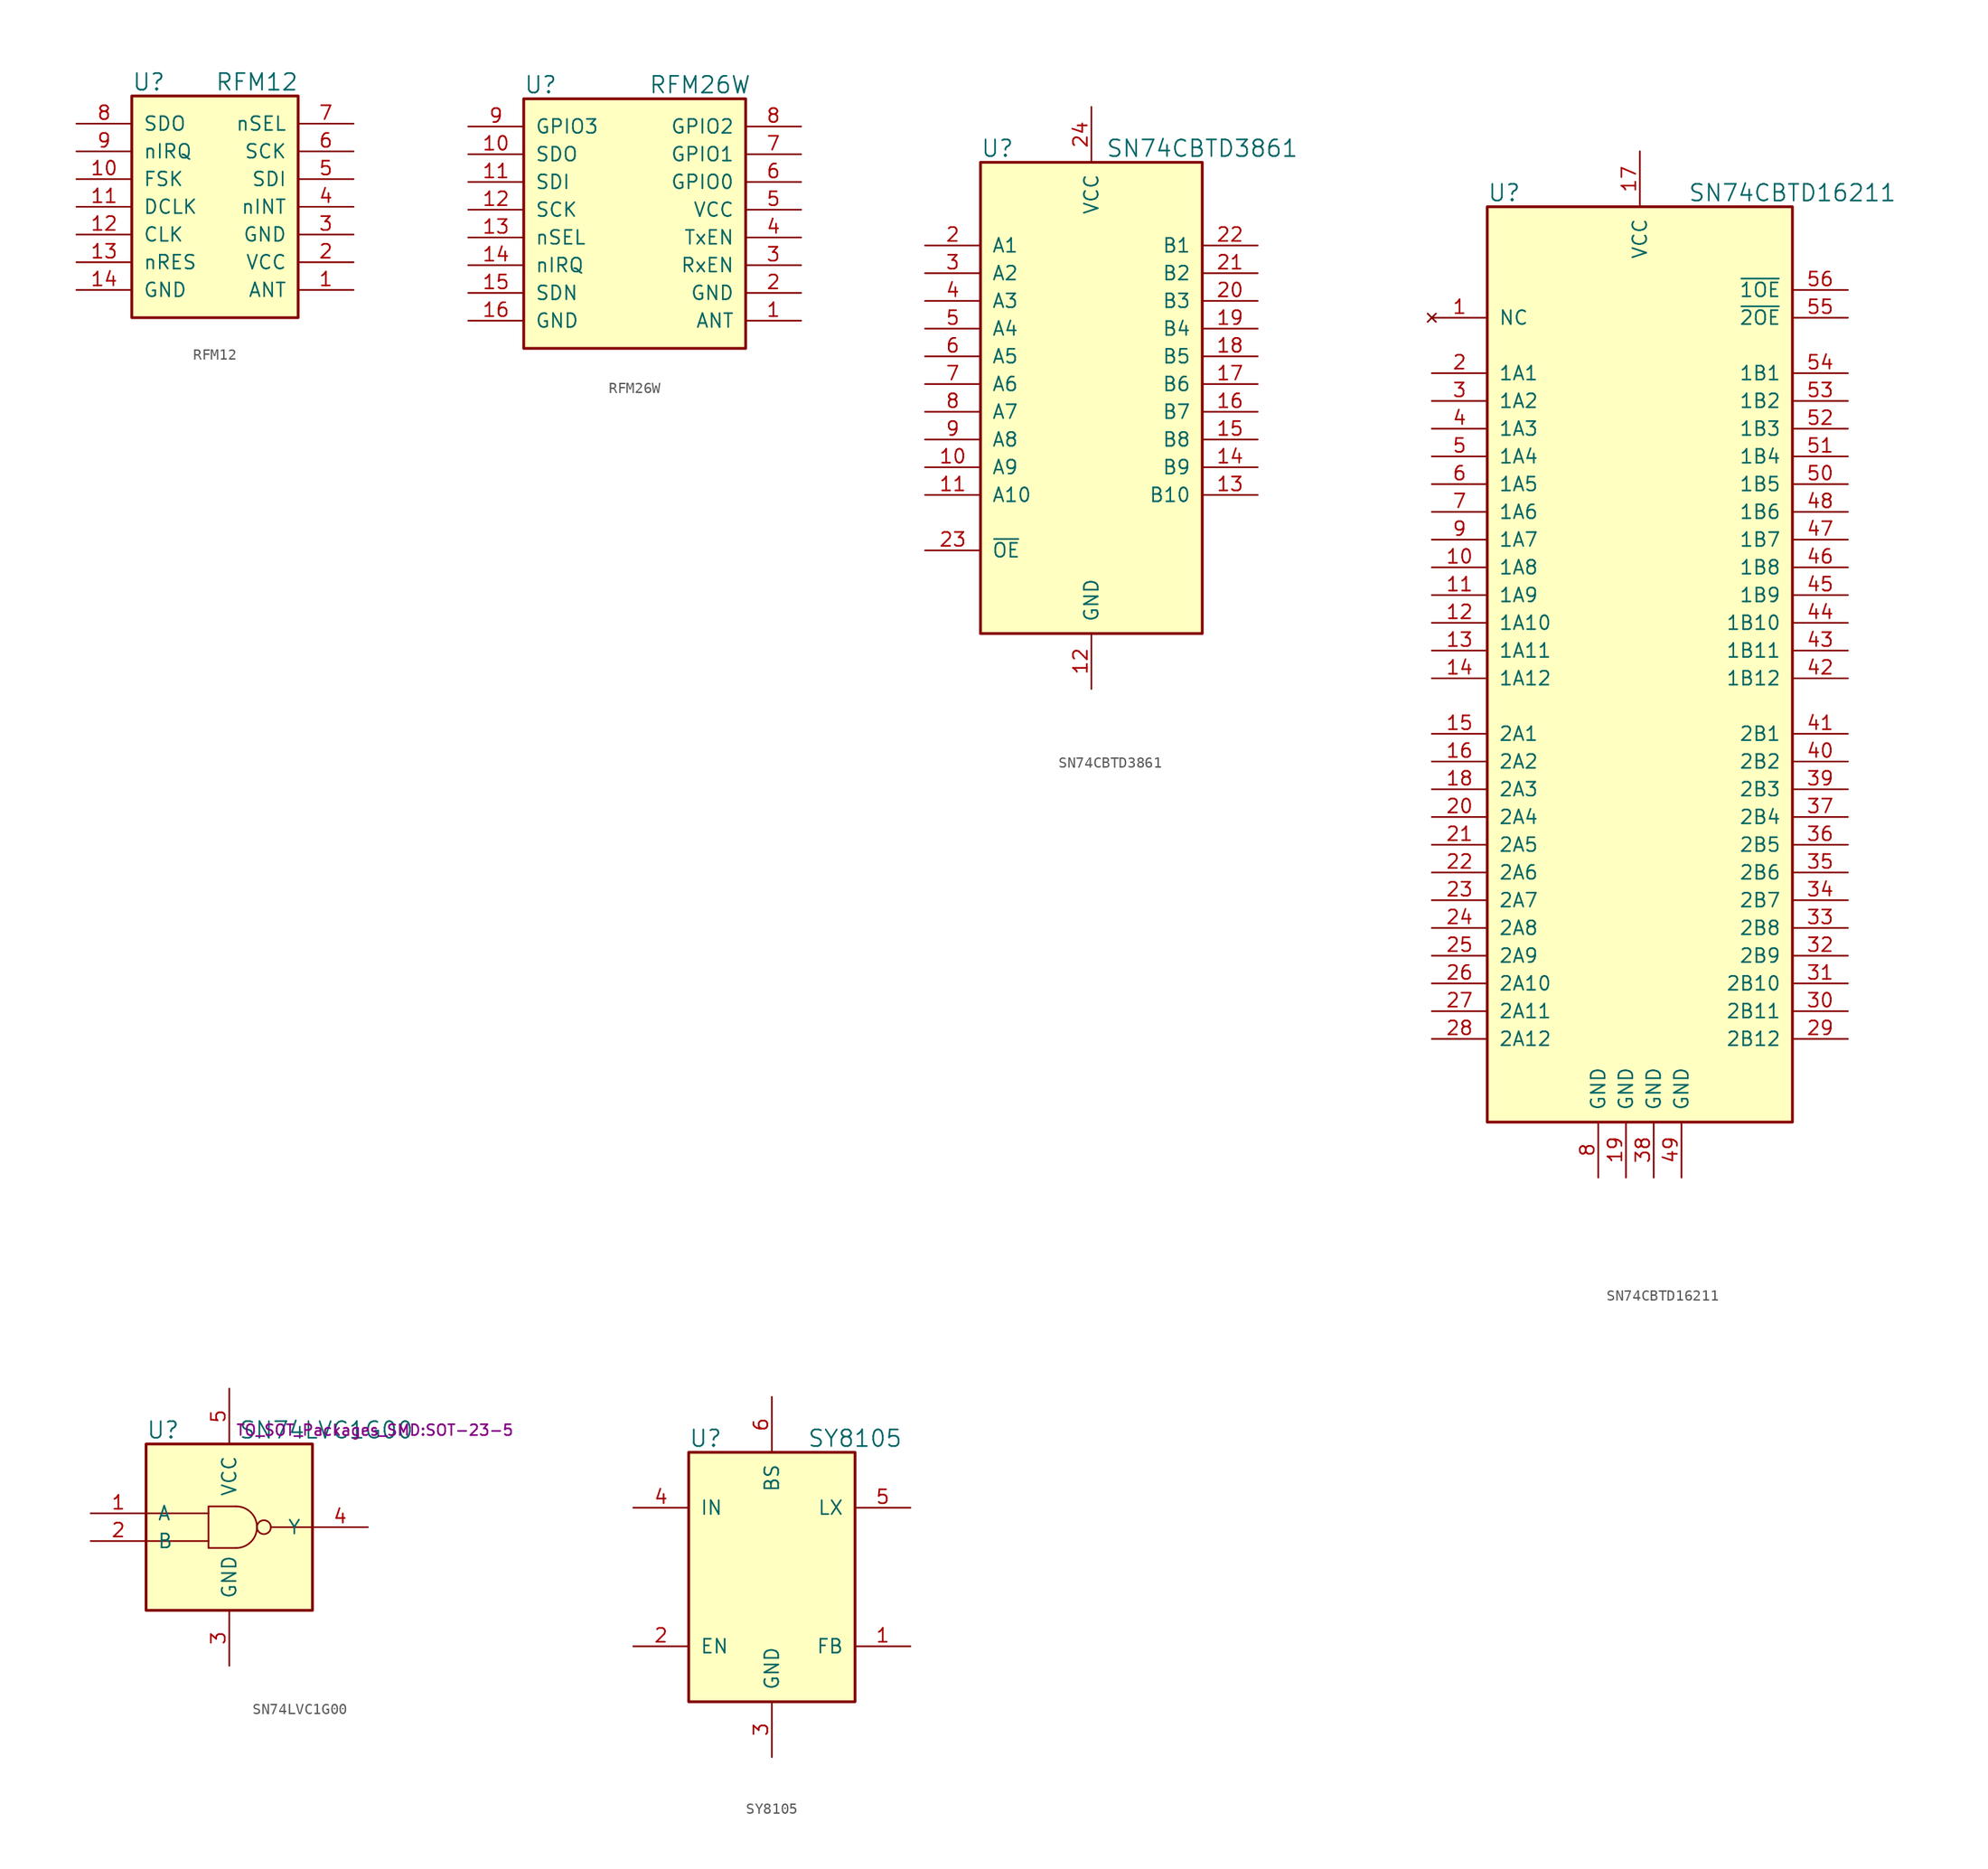
<source format=kicad_sym>
(kicad_symbol_lib
  (version 20211014)
  (generator kicad_symbol_editor)
  (symbol "RFM12"
    (pin_names
      (offset 1.016))
    (property "Reference" "U"
      (at -7.62 11.43 0)
      (effects (font (size 1.524 1.524)) (justify left)))
    (property "Value" "RFM12"
      (at 0 11.43 0)
      (effects (font (size 1.524 1.524)) (justify left)))
    (property "Footprint" ""
      (at -12.7 7.62 0)
      (effects (font (size 1.524 1.524))))
    (property "Datasheet" ""
      (at -12.7 7.62 0)
      (effects (font (size 1.524 1.524))))
    (property "ki_locked" ""
      (at 0 0 0)
      (effects (font (size 1.27 1.27))))
    (symbol "RFM12_1_1"
      (rectangle (start -7.62 10.16) (end 7.62 -10.16) (stroke (width 0.254) (type default) (color 0 0 0 0)) (fill (type background)))
      (pin bidirectional line (at 12.7 -7.62 180) (length 5.08) (name "ANT" (effects (font (size 1.27 1.27)))) (number "1" (effects (font (size 1.27 1.27)))))
      (pin bidirectional line (at -12.7 2.54 0) (length 5.08) (name "FSK" (effects (font (size 1.27 1.27)))) (number "10" (effects (font (size 1.27 1.27)))))
      (pin bidirectional line (at -12.7 0 0) (length 5.08) (name "DCLK" (effects (font (size 1.27 1.27)))) (number "11" (effects (font (size 1.27 1.27)))))
      (pin bidirectional line (at -12.7 -2.54 0) (length 5.08) (name "CLK" (effects (font (size 1.27 1.27)))) (number "12" (effects (font (size 1.27 1.27)))))
      (pin bidirectional line (at -12.7 -5.08 0) (length 5.08) (name "nRES" (effects (font (size 1.27 1.27)))) (number "13" (effects (font (size 1.27 1.27)))))
      (pin power_in line (at -12.7 -7.62 0) (length 5.08) (name "GND" (effects (font (size 1.27 1.27)))) (number "14" (effects (font (size 1.27 1.27)))))
      (pin power_in line (at 12.7 -5.08 180) (length 5.08) (name "VCC" (effects (font (size 1.27 1.27)))) (number "2" (effects (font (size 1.27 1.27)))))
      (pin power_in line (at 12.7 -2.54 180) (length 5.08) (name "GND" (effects (font (size 1.27 1.27)))) (number "3" (effects (font (size 1.27 1.27)))))
      (pin bidirectional line (at 12.7 0 180) (length 5.08) (name "nINT" (effects (font (size 1.27 1.27)))) (number "4" (effects (font (size 1.27 1.27)))))
      (pin bidirectional line (at 12.7 2.54 180) (length 5.08) (name "SDI" (effects (font (size 1.27 1.27)))) (number "5" (effects (font (size 1.27 1.27)))))
      (pin bidirectional line (at 12.7 5.08 180) (length 5.08) (name "SCK" (effects (font (size 1.27 1.27)))) (number "6" (effects (font (size 1.27 1.27)))))
      (pin bidirectional line (at 12.7 7.62 180) (length 5.08) (name "nSEL" (effects (font (size 1.27 1.27)))) (number "7" (effects (font (size 1.27 1.27)))))
      (pin bidirectional line (at -12.7 7.62 0) (length 5.08) (name "SDO" (effects (font (size 1.27 1.27)))) (number "8" (effects (font (size 1.27 1.27)))))
      (pin bidirectional line (at -12.7 5.08 0) (length 5.08) (name "nIRQ" (effects (font (size 1.27 1.27)))) (number "9" (effects (font (size 1.27 1.27)))))))
  (symbol "RFM26W"
    (pin_names
      (offset 1.016))
    (property "Reference" "U"
      (at -10.16 12.7 0)
      (effects (font (size 1.524 1.524)) (justify left)))
    (property "Value" "RFM26W"
      (at 1.27 12.7 0)
      (effects (font (size 1.524 1.524)) (justify left)))
    (property "Footprint" ""
      (at -15.24 8.89 0)
      (effects (font (size 1.524 1.524))))
    (property "Datasheet" ""
      (at -15.24 8.89 0)
      (effects (font (size 1.524 1.524))))
    (property "ki_locked" ""
      (at 0 0 0)
      (effects (font (size 1.27 1.27))))
    (symbol "RFM26W_1_1"
      (rectangle (start -10.16 11.43) (end 10.16 -11.43) (stroke (width 0.254) (type default) (color 0 0 0 0)) (fill (type background)))
      (pin bidirectional line (at 15.24 -8.89 180) (length 5.08) (name "ANT" (effects (font (size 1.27 1.27)))) (number "1" (effects (font (size 1.27 1.27)))))
      (pin bidirectional line (at -15.24 6.35 0) (length 5.08) (name "SDO" (effects (font (size 1.27 1.27)))) (number "10" (effects (font (size 1.27 1.27)))))
      (pin bidirectional line (at -15.24 3.81 0) (length 5.08) (name "SDI" (effects (font (size 1.27 1.27)))) (number "11" (effects (font (size 1.27 1.27)))))
      (pin bidirectional line (at -15.24 1.27 0) (length 5.08) (name "SCK" (effects (font (size 1.27 1.27)))) (number "12" (effects (font (size 1.27 1.27)))))
      (pin bidirectional line (at -15.24 -1.27 0) (length 5.08) (name "nSEL" (effects (font (size 1.27 1.27)))) (number "13" (effects (font (size 1.27 1.27)))))
      (pin bidirectional line (at -15.24 -3.81 0) (length 5.08) (name "nIRQ" (effects (font (size 1.27 1.27)))) (number "14" (effects (font (size 1.27 1.27)))))
      (pin bidirectional line (at -15.24 -6.35 0) (length 5.08) (name "SDN" (effects (font (size 1.27 1.27)))) (number "15" (effects (font (size 1.27 1.27)))))
      (pin power_in line (at -15.24 -8.89 0) (length 5.08) (name "GND" (effects (font (size 1.27 1.27)))) (number "16" (effects (font (size 1.27 1.27)))))
      (pin bidirectional line (at 15.24 -6.35 180) (length 5.08) (name "GND" (effects (font (size 1.27 1.27)))) (number "2" (effects (font (size 1.27 1.27)))))
      (pin bidirectional line (at 15.24 -3.81 180) (length 5.08) (name "RxEN" (effects (font (size 1.27 1.27)))) (number "3" (effects (font (size 1.27 1.27)))))
      (pin bidirectional line (at 15.24 -1.27 180) (length 5.08) (name "TxEN" (effects (font (size 1.27 1.27)))) (number "4" (effects (font (size 1.27 1.27)))))
      (pin power_in line (at 15.24 1.27 180) (length 5.08) (name "VCC" (effects (font (size 1.27 1.27)))) (number "5" (effects (font (size 1.27 1.27)))))
      (pin bidirectional line (at 15.24 3.81 180) (length 5.08) (name "GPIO0" (effects (font (size 1.27 1.27)))) (number "6" (effects (font (size 1.27 1.27)))))
      (pin bidirectional line (at 15.24 6.35 180) (length 5.08) (name "GPIO1" (effects (font (size 1.27 1.27)))) (number "7" (effects (font (size 1.27 1.27)))))
      (pin bidirectional line (at 15.24 8.89 180) (length 5.08) (name "GPIO2" (effects (font (size 1.27 1.27)))) (number "8" (effects (font (size 1.27 1.27)))))
      (pin bidirectional line (at -15.24 8.89 0) (length 5.08) (name "GPIO3" (effects (font (size 1.27 1.27)))) (number "9" (effects (font (size 1.27 1.27)))))))
  (symbol "SN74CBTD3861"
    (pin_names
      (offset 1.016))
    (property "Reference" "U"
      (at -10.16 22.86 0)
      (effects (font (size 1.524 1.524)) (justify left)))
    (property "Value" "SN74CBTD3861"
      (at 10.16 22.86 0)
      (effects (font (size 1.524 1.524))))
    (symbol "SN74CBTD3861_1_1"
      (rectangle (start -10.16 21.59) (end 10.16 -21.59) (stroke (width 0.254) (type default) (color 0 0 0 0)) (fill (type background)))
      (pin no_connect line (at 15.24 -13.97 180) (length 5.08) hide (name "NC" (effects (font (size 1.27 1.27)))) (number "1" (effects (font (size 1.27 1.27)))))
      (pin bidirectional line (at -15.24 -6.35 0) (length 5.08) (name "A9" (effects (font (size 1.27 1.27)))) (number "10" (effects (font (size 1.27 1.27)))))
      (pin bidirectional line (at -15.24 -8.89 0) (length 5.08) (name "A10" (effects (font (size 1.27 1.27)))) (number "11" (effects (font (size 1.27 1.27)))))
      (pin power_in line (at 0 -26.67 90) (length 5.08) (name "GND" (effects (font (size 1.27 1.27)))) (number "12" (effects (font (size 1.27 1.27)))))
      (pin bidirectional line (at 15.24 -8.89 180) (length 5.08) (name "B10" (effects (font (size 1.27 1.27)))) (number "13" (effects (font (size 1.27 1.27)))))
      (pin bidirectional line (at 15.24 -6.35 180) (length 5.08) (name "B9" (effects (font (size 1.27 1.27)))) (number "14" (effects (font (size 1.27 1.27)))))
      (pin bidirectional line (at 15.24 -3.81 180) (length 5.08) (name "B8" (effects (font (size 1.27 1.27)))) (number "15" (effects (font (size 1.27 1.27)))))
      (pin bidirectional line (at 15.24 -1.27 180) (length 5.08) (name "B7" (effects (font (size 1.27 1.27)))) (number "16" (effects (font (size 1.27 1.27)))))
      (pin bidirectional line (at 15.24 1.27 180) (length 5.08) (name "B6" (effects (font (size 1.27 1.27)))) (number "17" (effects (font (size 1.27 1.27)))))
      (pin bidirectional line (at 15.24 3.81 180) (length 5.08) (name "B5" (effects (font (size 1.27 1.27)))) (number "18" (effects (font (size 1.27 1.27)))))
      (pin bidirectional line (at 15.24 6.35 180) (length 5.08) (name "B4" (effects (font (size 1.27 1.27)))) (number "19" (effects (font (size 1.27 1.27)))))
      (pin bidirectional line (at -15.24 13.97 0) (length 5.08) (name "A1" (effects (font (size 1.27 1.27)))) (number "2" (effects (font (size 1.27 1.27)))))
      (pin bidirectional line (at 15.24 8.89 180) (length 5.08) (name "B3" (effects (font (size 1.27 1.27)))) (number "20" (effects (font (size 1.27 1.27)))))
      (pin bidirectional line (at 15.24 11.43 180) (length 5.08) (name "B2" (effects (font (size 1.27 1.27)))) (number "21" (effects (font (size 1.27 1.27)))))
      (pin bidirectional line (at 15.24 13.97 180) (length 5.08) (name "B1" (effects (font (size 1.27 1.27)))) (number "22" (effects (font (size 1.27 1.27)))))
      (pin input line (at -15.24 -13.97 0) (length 5.08) (name "~{OE}" (effects (font (size 1.27 1.27)))) (number "23" (effects (font (size 1.27 1.27)))))
      (pin power_in line (at 0 26.67 270) (length 5.08) (name "VCC" (effects (font (size 1.27 1.27)))) (number "24" (effects (font (size 1.27 1.27)))))
      (pin bidirectional line (at -15.24 11.43 0) (length 5.08) (name "A2" (effects (font (size 1.27 1.27)))) (number "3" (effects (font (size 1.27 1.27)))))
      (pin bidirectional line (at -15.24 8.89 0) (length 5.08) (name "A3" (effects (font (size 1.27 1.27)))) (number "4" (effects (font (size 1.27 1.27)))))
      (pin bidirectional line (at -15.24 6.35 0) (length 5.08) (name "A4" (effects (font (size 1.27 1.27)))) (number "5" (effects (font (size 1.27 1.27)))))
      (pin bidirectional line (at -15.24 3.81 0) (length 5.08) (name "A5" (effects (font (size 1.27 1.27)))) (number "6" (effects (font (size 1.27 1.27)))))
      (pin bidirectional line (at -15.24 1.27 0) (length 5.08) (name "A6" (effects (font (size 1.27 1.27)))) (number "7" (effects (font (size 1.27 1.27)))))
      (pin bidirectional line (at -15.24 -1.27 0) (length 5.08) (name "A7" (effects (font (size 1.27 1.27)))) (number "8" (effects (font (size 1.27 1.27)))))
      (pin bidirectional line (at -15.24 -3.81 0) (length 5.08) (name "A8" (effects (font (size 1.27 1.27)))) (number "9" (effects (font (size 1.27 1.27)))))))
  (symbol "SN74CBTD16211"
    (pin_names
      (offset 1.016))
    (property "Reference" "U"
      (at -13.97 43.18 0)
      (effects (font (size 1.524 1.524)) (justify left)))
    (property "Value" "SN74CBTD16211"
      (at 13.97 43.18 0)
      (effects (font (size 1.524 1.524))))
    (symbol "SN74CBTD16211_1_1"
      (rectangle (start -13.97 41.91) (end 13.97 -41.91) (stroke (width 0.254) (type default) (color 0 0 0 0)) (fill (type background)))
      (pin no_connect line (at -19.05 31.75 0) (length 5.08) (name "NC" (effects (font (size 1.27 1.27)))) (number "1" (effects (font (size 1.27 1.27)))))
      (pin bidirectional line (at -19.05 8.89 0) (length 5.08) (name "1A8" (effects (font (size 1.27 1.27)))) (number "10" (effects (font (size 1.27 1.27)))))
      (pin bidirectional line (at -19.05 6.35 0) (length 5.08) (name "1A9" (effects (font (size 1.27 1.27)))) (number "11" (effects (font (size 1.27 1.27)))))
      (pin bidirectional line (at -19.05 3.81 0) (length 5.08) (name "1A10" (effects (font (size 1.27 1.27)))) (number "12" (effects (font (size 1.27 1.27)))))
      (pin bidirectional line (at -19.05 1.27 0) (length 5.08) (name "1A11" (effects (font (size 1.27 1.27)))) (number "13" (effects (font (size 1.27 1.27)))))
      (pin bidirectional line (at -19.05 -1.27 0) (length 5.08) (name "1A12" (effects (font (size 1.27 1.27)))) (number "14" (effects (font (size 1.27 1.27)))))
      (pin bidirectional line (at -19.05 -6.35 0) (length 5.08) (name "2A1" (effects (font (size 1.27 1.27)))) (number "15" (effects (font (size 1.27 1.27)))))
      (pin bidirectional line (at -19.05 -8.89 0) (length 5.08) (name "2A2" (effects (font (size 1.27 1.27)))) (number "16" (effects (font (size 1.27 1.27)))))
      (pin power_in line (at 0 46.99 270) (length 5.08) (name "VCC" (effects (font (size 1.27 1.27)))) (number "17" (effects (font (size 1.27 1.27)))))
      (pin bidirectional line (at -19.05 -11.43 0) (length 5.08) (name "2A3" (effects (font (size 1.27 1.27)))) (number "18" (effects (font (size 1.27 1.27)))))
      (pin power_in line (at -1.27 -46.99 90) (length 5.08) (name "GND" (effects (font (size 1.27 1.27)))) (number "19" (effects (font (size 1.27 1.27)))))
      (pin bidirectional line (at -19.05 26.67 0) (length 5.08) (name "1A1" (effects (font (size 1.27 1.27)))) (number "2" (effects (font (size 1.27 1.27)))))
      (pin bidirectional line (at -19.05 -13.97 0) (length 5.08) (name "2A4" (effects (font (size 1.27 1.27)))) (number "20" (effects (font (size 1.27 1.27)))))
      (pin bidirectional line (at -19.05 -16.51 0) (length 5.08) (name "2A5" (effects (font (size 1.27 1.27)))) (number "21" (effects (font (size 1.27 1.27)))))
      (pin bidirectional line (at -19.05 -19.05 0) (length 5.08) (name "2A6" (effects (font (size 1.27 1.27)))) (number "22" (effects (font (size 1.27 1.27)))))
      (pin bidirectional line (at -19.05 -21.59 0) (length 5.08) (name "2A7" (effects (font (size 1.27 1.27)))) (number "23" (effects (font (size 1.27 1.27)))))
      (pin bidirectional line (at -19.05 -24.13 0) (length 5.08) (name "2A8" (effects (font (size 1.27 1.27)))) (number "24" (effects (font (size 1.27 1.27)))))
      (pin bidirectional line (at -19.05 -26.67 0) (length 5.08) (name "2A9" (effects (font (size 1.27 1.27)))) (number "25" (effects (font (size 1.27 1.27)))))
      (pin bidirectional line (at -19.05 -29.21 0) (length 5.08) (name "2A10" (effects (font (size 1.27 1.27)))) (number "26" (effects (font (size 1.27 1.27)))))
      (pin bidirectional line (at -19.05 -31.75 0) (length 5.08) (name "2A11" (effects (font (size 1.27 1.27)))) (number "27" (effects (font (size 1.27 1.27)))))
      (pin bidirectional line (at -19.05 -34.29 0) (length 5.08) (name "2A12" (effects (font (size 1.27 1.27)))) (number "28" (effects (font (size 1.27 1.27)))))
      (pin bidirectional line (at 19.05 -34.29 180) (length 5.08) (name "2B12" (effects (font (size 1.27 1.27)))) (number "29" (effects (font (size 1.27 1.27)))))
      (pin bidirectional line (at -19.05 24.13 0) (length 5.08) (name "1A2" (effects (font (size 1.27 1.27)))) (number "3" (effects (font (size 1.27 1.27)))))
      (pin bidirectional line (at 19.05 -31.75 180) (length 5.08) (name "2B11" (effects (font (size 1.27 1.27)))) (number "30" (effects (font (size 1.27 1.27)))))
      (pin bidirectional line (at 19.05 -29.21 180) (length 5.08) (name "2B10" (effects (font (size 1.27 1.27)))) (number "31" (effects (font (size 1.27 1.27)))))
      (pin bidirectional line (at 19.05 -26.67 180) (length 5.08) (name "2B9" (effects (font (size 1.27 1.27)))) (number "32" (effects (font (size 1.27 1.27)))))
      (pin bidirectional line (at 19.05 -24.13 180) (length 5.08) (name "2B8" (effects (font (size 1.27 1.27)))) (number "33" (effects (font (size 1.27 1.27)))))
      (pin bidirectional line (at 19.05 -21.59 180) (length 5.08) (name "2B7" (effects (font (size 1.27 1.27)))) (number "34" (effects (font (size 1.27 1.27)))))
      (pin bidirectional line (at 19.05 -19.05 180) (length 5.08) (name "2B6" (effects (font (size 1.27 1.27)))) (number "35" (effects (font (size 1.27 1.27)))))
      (pin bidirectional line (at 19.05 -16.51 180) (length 5.08) (name "2B5" (effects (font (size 1.27 1.27)))) (number "36" (effects (font (size 1.27 1.27)))))
      (pin bidirectional line (at 19.05 -13.97 180) (length 5.08) (name "2B4" (effects (font (size 1.27 1.27)))) (number "37" (effects (font (size 1.27 1.27)))))
      (pin power_in line (at 1.27 -46.99 90) (length 5.08) (name "GND" (effects (font (size 1.27 1.27)))) (number "38" (effects (font (size 1.27 1.27)))))
      (pin bidirectional line (at 19.05 -11.43 180) (length 5.08) (name "2B3" (effects (font (size 1.27 1.27)))) (number "39" (effects (font (size 1.27 1.27)))))
      (pin bidirectional line (at -19.05 21.59 0) (length 5.08) (name "1A3" (effects (font (size 1.27 1.27)))) (number "4" (effects (font (size 1.27 1.27)))))
      (pin bidirectional line (at 19.05 -8.89 180) (length 5.08) (name "2B2" (effects (font (size 1.27 1.27)))) (number "40" (effects (font (size 1.27 1.27)))))
      (pin bidirectional line (at 19.05 -6.35 180) (length 5.08) (name "2B1" (effects (font (size 1.27 1.27)))) (number "41" (effects (font (size 1.27 1.27)))))
      (pin bidirectional line (at 19.05 -1.27 180) (length 5.08) (name "1B12" (effects (font (size 1.27 1.27)))) (number "42" (effects (font (size 1.27 1.27)))))
      (pin bidirectional line (at 19.05 1.27 180) (length 5.08) (name "1B11" (effects (font (size 1.27 1.27)))) (number "43" (effects (font (size 1.27 1.27)))))
      (pin bidirectional line (at 19.05 3.81 180) (length 5.08) (name "1B10" (effects (font (size 1.27 1.27)))) (number "44" (effects (font (size 1.27 1.27)))))
      (pin bidirectional line (at 19.05 6.35 180) (length 5.08) (name "1B9" (effects (font (size 1.27 1.27)))) (number "45" (effects (font (size 1.27 1.27)))))
      (pin bidirectional line (at 19.05 8.89 180) (length 5.08) (name "1B8" (effects (font (size 1.27 1.27)))) (number "46" (effects (font (size 1.27 1.27)))))
      (pin bidirectional line (at 19.05 11.43 180) (length 5.08) (name "1B7" (effects (font (size 1.27 1.27)))) (number "47" (effects (font (size 1.27 1.27)))))
      (pin bidirectional line (at 19.05 13.97 180) (length 5.08) (name "1B6" (effects (font (size 1.27 1.27)))) (number "48" (effects (font (size 1.27 1.27)))))
      (pin power_in line (at 3.81 -46.99 90) (length 5.08) (name "GND" (effects (font (size 1.27 1.27)))) (number "49" (effects (font (size 1.27 1.27)))))
      (pin bidirectional line (at -19.05 19.05 0) (length 5.08) (name "1A4" (effects (font (size 1.27 1.27)))) (number "5" (effects (font (size 1.27 1.27)))))
      (pin bidirectional line (at 19.05 16.51 180) (length 5.08) (name "1B5" (effects (font (size 1.27 1.27)))) (number "50" (effects (font (size 1.27 1.27)))))
      (pin bidirectional line (at 19.05 19.05 180) (length 5.08) (name "1B4" (effects (font (size 1.27 1.27)))) (number "51" (effects (font (size 1.27 1.27)))))
      (pin bidirectional line (at 19.05 21.59 180) (length 5.08) (name "1B3" (effects (font (size 1.27 1.27)))) (number "52" (effects (font (size 1.27 1.27)))))
      (pin bidirectional line (at 19.05 24.13 180) (length 5.08) (name "1B2" (effects (font (size 1.27 1.27)))) (number "53" (effects (font (size 1.27 1.27)))))
      (pin bidirectional line (at 19.05 26.67 180) (length 5.08) (name "1B1" (effects (font (size 1.27 1.27)))) (number "54" (effects (font (size 1.27 1.27)))))
      (pin input line (at 19.05 31.75 180) (length 5.08) (name "~{2OE}" (effects (font (size 1.27 1.27)))) (number "55" (effects (font (size 1.27 1.27)))))
      (pin input line (at 19.05 34.29 180) (length 5.08) (name "~{1OE}" (effects (font (size 1.27 1.27)))) (number "56" (effects (font (size 1.27 1.27)))))
      (pin bidirectional line (at -19.05 16.51 0) (length 5.08) (name "1A5" (effects (font (size 1.27 1.27)))) (number "6" (effects (font (size 1.27 1.27)))))
      (pin bidirectional line (at -19.05 13.97 0) (length 5.08) (name "1A6" (effects (font (size 1.27 1.27)))) (number "7" (effects (font (size 1.27 1.27)))))
      (pin power_in line (at -3.81 -46.99 90) (length 5.08) (name "GND" (effects (font (size 1.27 1.27)))) (number "8" (effects (font (size 1.27 1.27)))))
      (pin bidirectional line (at -19.05 11.43 0) (length 5.08) (name "1A7" (effects (font (size 1.27 1.27)))) (number "9" (effects (font (size 1.27 1.27)))))))
  (symbol "SN74LVC1G00"
    (pin_names
      (offset 1.016))
    (property "Reference" "U"
      (at -7.62 8.89 0)
      (effects (font (size 1.524 1.524)) (justify left)))
    (property "Value" "SN74LVC1G00"
      (at 8.89 8.89 0)
      (effects (font (size 1.524 1.524))))
    (property "Footprint" "TO_SOT_Packages_SMD:SOT-23-5"
      (at 13.335 8.89 0)
      (effects (font (size 0.991 0.991))))
    (property "Datasheet" ""
      (at -8.89 7.62 0)
      (effects (font (size 0.991 0.991))))
    (property "ki_locked" ""
      (at 0 0 0)
      (effects (font (size 1.27 1.27))))
    (symbol "SN74LVC1G00_0_1"
      (polyline (pts (xy -7.62 -1.27) (xy -1.905 -1.27)) (stroke (width 0) (type default) (color 0 0 0 0)) (fill (type none)))
      (polyline (pts (xy -7.62 1.27) (xy -1.905 1.27)) (stroke (width 0) (type default) (color 0 0 0 0)) (fill (type none)))
      (polyline (pts (xy 7.62 0) (xy 3.81 0)) (stroke (width 0) (type default) (color 0 0 0 0)) (fill (type none)))
      (polyline (pts (xy 0.635 1.905) (xy -1.905 1.905) (xy -1.905 -1.905) (xy 0.635 -1.905)) (stroke (width 0) (type default) (color 0 0 0 0)) (fill (type none)))
      (arc (start 0.635 -1.905) (mid 2.54 0) (end 0.635 1.905) (stroke (width 0) (type default) (color 0 0 0 0)) (fill (type none)))
      (circle (center 3.175 0) (radius 0.635) (stroke (width 0) (type default) (color 0 0 0 0)) (fill (type none))))
    (symbol "SN74LVC1G00_1_1"
      (rectangle (start -7.62 7.62) (end 7.62 -7.62) (stroke (width 0.254) (type default) (color 0 0 0 0)) (fill (type background)))
      (pin input line (at -12.7 1.27 0) (length 5.08) (name "A" (effects (font (size 1.27 1.27)))) (number "1" (effects (font (size 1.27 1.27)))))
      (pin input line (at -12.7 -1.27 0) (length 5.08) (name "B" (effects (font (size 1.27 1.27)))) (number "2" (effects (font (size 1.27 1.27)))))
      (pin power_in line (at 0 -12.7 90) (length 5.08) (name "GND" (effects (font (size 1.27 1.27)))) (number "3" (effects (font (size 1.27 1.27)))))
      (pin output line (at 12.7 0 180) (length 5.08) (name "Y" (effects (font (size 1.27 1.27)))) (number "4" (effects (font (size 1.27 1.27)))))
      (pin power_in line (at 0 12.7 270) (length 5.08) (name "VCC" (effects (font (size 1.27 1.27)))) (number "5" (effects (font (size 1.27 1.27)))))))
  (symbol "SY8105"
    (pin_names
      (offset 1.016))
    (property "Reference" "U"
      (at -7.62 12.7 0)
      (effects (font (size 1.524 1.524)) (justify left)))
    (property "Value" "SY8105"
      (at 7.62 12.7 0)
      (effects (font (size 1.524 1.524))))
    (symbol "SY8105_1_1"
      (rectangle (start -7.62 11.43) (end 7.62 -11.43) (stroke (width 0.254) (type default) (color 0 0 0 0)) (fill (type background)))
      (pin input line (at 12.7 -6.35 180) (length 5.08) (name "FB" (effects (font (size 1.27 1.27)))) (number "1" (effects (font (size 1.27 1.27)))))
      (pin input line (at -12.7 -6.35 0) (length 5.08) (name "EN" (effects (font (size 1.27 1.27)))) (number "2" (effects (font (size 1.27 1.27)))))
      (pin power_in line (at 0 -16.51 90) (length 5.08) (name "GND" (effects (font (size 1.27 1.27)))) (number "3" (effects (font (size 1.27 1.27)))))
      (pin power_in line (at -12.7 6.35 0) (length 5.08) (name "IN" (effects (font (size 1.27 1.27)))) (number "4" (effects (font (size 1.27 1.27)))))
      (pin power_out line (at 12.7 6.35 180) (length 5.08) (name "LX" (effects (font (size 1.27 1.27)))) (number "5" (effects (font (size 1.27 1.27)))))
      (pin input line (at 0 16.51 270) (length 5.08) (name "BS" (effects (font (size 1.27 1.27)))) (number "6" (effects (font (size 1.27 1.27))))))))
</source>
